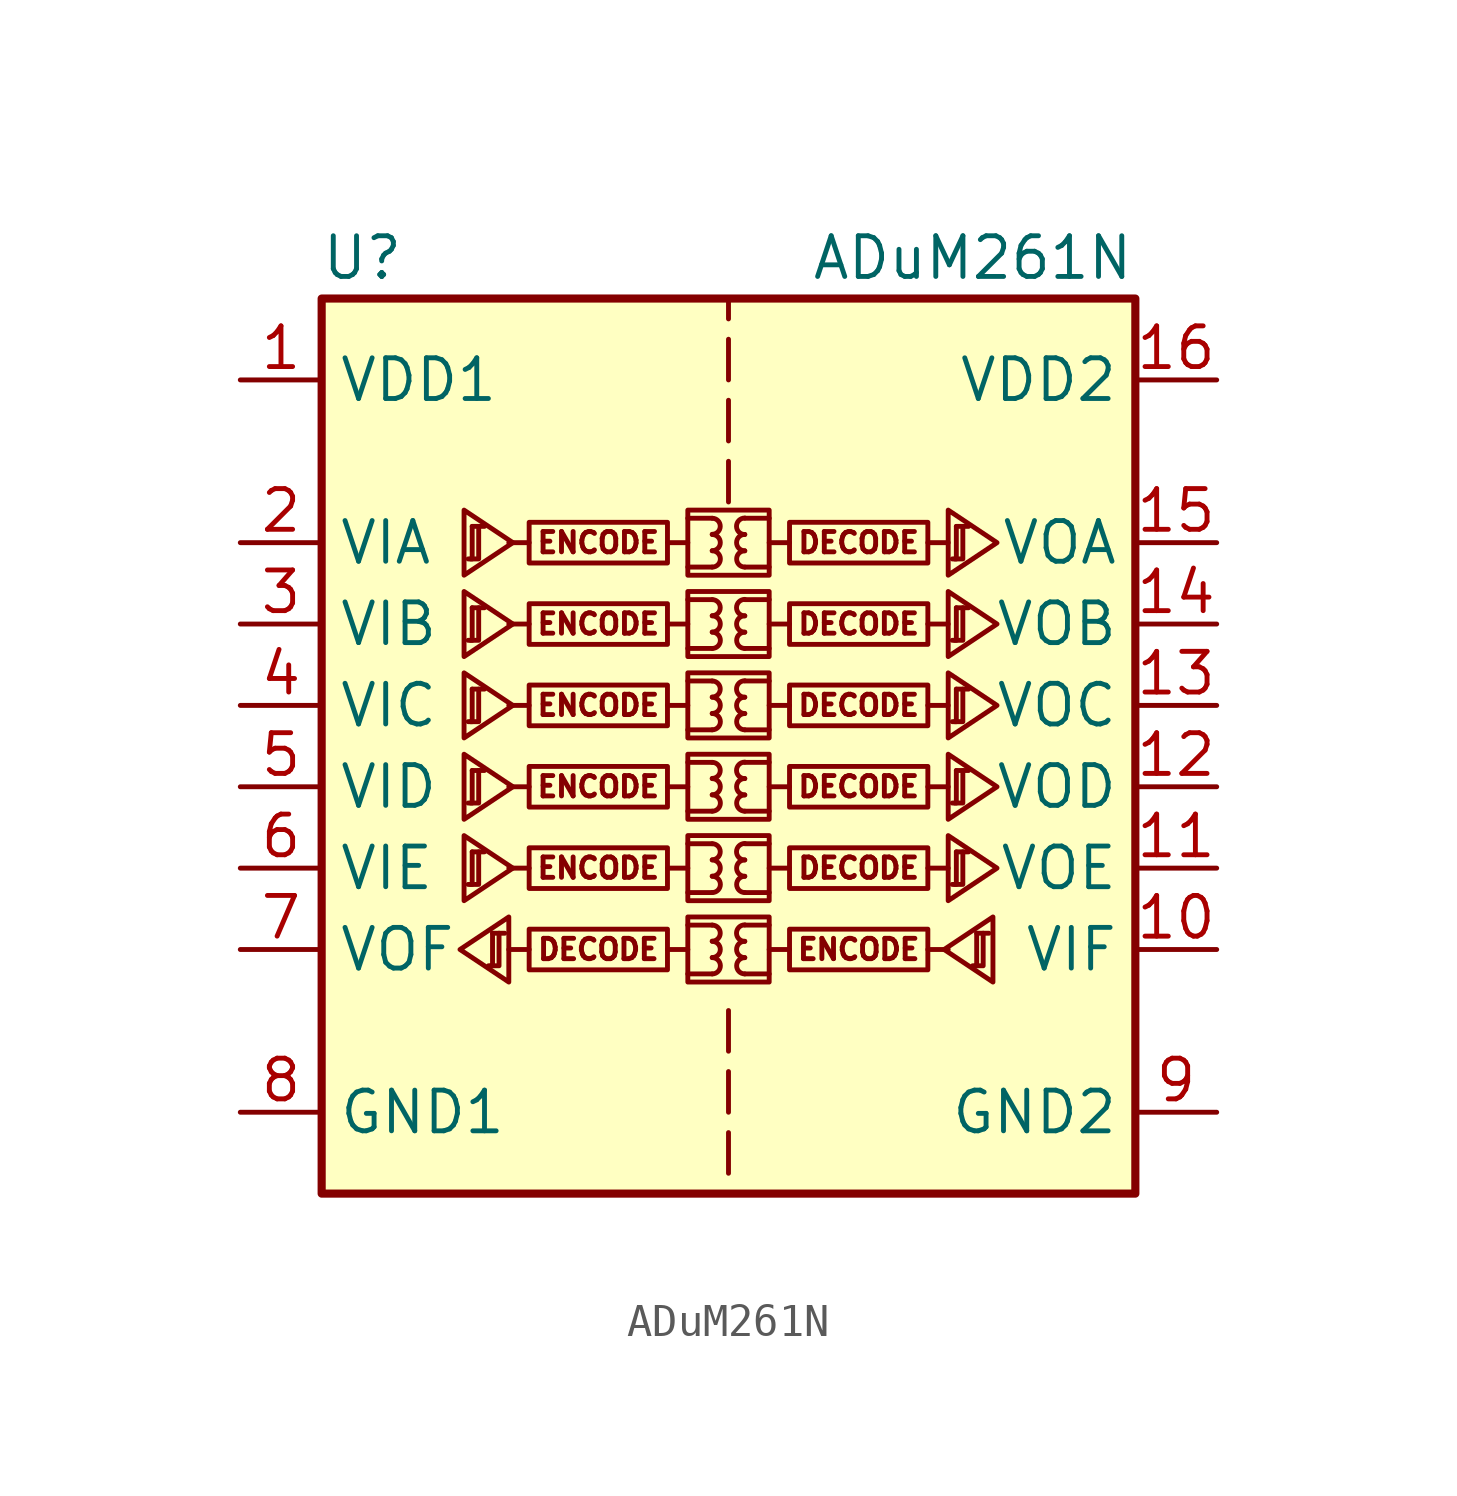
<source format=kicad_sym>
(kicad_symbol_lib
  (version 20201005)
  (generator kicad_symbol_editor)
  (symbol "ADuM261N"
    (property "Reference" "U"
      (at -11.43 16.51 0)
      (effects (font (size 1.27 1.27))))
    (property "Value" "ADuM261N"
      (at 7.62 16.51 0)
      (effects (font (size 1.27 1.27))))
    (symbol "ADuM261N_1_0"
      (arc (start -0.508 -5.842) (end -0.508 -5.334) (radius (at -0.508 -5.588) (length 0.254) (angles -89.9 89.9)) (stroke (width 0)) (fill (type none)))
      (arc (start -0.508 -5.334) (end -0.508 -4.826) (radius (at -0.508 -5.08) (length 0.254) (angles -89.9 89.9)) (stroke (width 0)) (fill (type none)))
      (arc (start -0.508 -4.826) (end -0.508 -4.318) (radius (at -0.508 -4.572) (length 0.254) (angles -89.9 89.9)) (stroke (width 0)) (fill (type none)))
      (arc (start -0.508 -3.302) (end -0.508 -2.794) (radius (at -0.508 -3.048) (length 0.254) (angles -89.9 89.9)) (stroke (width 0)) (fill (type none)))
      (arc (start -0.508 -2.794) (end -0.508 -2.286) (radius (at -0.508 -2.54) (length 0.254) (angles -89.9 89.9)) (stroke (width 0)) (fill (type none)))
      (arc (start -0.508 -2.286) (end -0.508 -1.778) (radius (at -0.508 -2.032) (length 0.254) (angles -89.9 89.9)) (stroke (width 0)) (fill (type none)))
      (arc (start -0.508 -0.762) (end -0.508 -0.254) (radius (at -0.508 -0.508) (length 0.254) (angles -89.9 89.9)) (stroke (width 0)) (fill (type none)))
      (arc (start -0.508 -0.254) (end -0.508 0.254) (radius (at -0.508 0) (length 0.254) (angles -89.9 89.9)) (stroke (width 0)) (fill (type none)))
      (arc (start -0.508 0.254) (end -0.508 0.762) (radius (at -0.508 0.508) (length 0.254) (angles -89.9 89.9)) (stroke (width 0)) (fill (type none)))
      (arc (start -0.508 1.778) (end -0.508 2.286) (radius (at -0.508 2.032) (length 0.254) (angles -89.9 89.9)) (stroke (width 0)) (fill (type none)))
      (arc (start -0.508 2.286) (end -0.508 2.794) (radius (at -0.508 2.54) (length 0.254) (angles -89.9 89.9)) (stroke (width 0)) (fill (type none)))
      (arc (start -0.508 2.794) (end -0.508 3.302) (radius (at -0.508 3.048) (length 0.254) (angles -89.9 89.9)) (stroke (width 0)) (fill (type none)))
      (arc (start -0.508 4.318) (end -0.508 4.826) (radius (at -0.508 4.572) (length 0.254) (angles -89.9 89.9)) (stroke (width 0)) (fill (type none)))
      (arc (start -0.508 4.826) (end -0.508 5.334) (radius (at -0.508 5.08) (length 0.254) (angles -89.9 89.9)) (stroke (width 0)) (fill (type none)))
      (arc (start -0.508 5.334) (end -0.508 5.842) (radius (at -0.508 5.588) (length 0.254) (angles -89.9 89.9)) (stroke (width 0)) (fill (type none)))
      (arc (start -0.508 6.858) (end -0.508 7.366) (radius (at -0.508 7.112) (length 0.254) (angles -89.9 89.9)) (stroke (width 0)) (fill (type none)))
      (arc (start -0.508 7.366) (end -0.508 7.874) (radius (at -0.508 7.62) (length 0.254) (angles -89.9 89.9)) (stroke (width 0)) (fill (type none)))
      (arc (start -0.508 7.874) (end -0.508 8.382) (radius (at -0.508 8.128) (length 0.254) (angles -89.9 89.9)) (stroke (width 0)) (fill (type none)))
      (arc (start 0.508 -5.334) (end 0.508 -5.842) (radius (at 0.508 -5.588) (length 0.254) (angles 90.1 -90.1)) (stroke (width 0)) (fill (type none)))
      (arc (start 0.508 -4.826) (end 0.508 -5.334) (radius (at 0.508 -5.08) (length 0.254) (angles 90.1 -90.1)) (stroke (width 0)) (fill (type none)))
      (arc (start 0.508 -4.318) (end 0.508 -4.826) (radius (at 0.508 -4.572) (length 0.254) (angles 90.1 -90.1)) (stroke (width 0)) (fill (type none)))
      (arc (start 0.508 -2.794) (end 0.508 -3.302) (radius (at 0.508 -3.048) (length 0.254) (angles 90.1 -90.1)) (stroke (width 0)) (fill (type none)))
      (arc (start 0.508 -2.286) (end 0.508 -2.794) (radius (at 0.508 -2.54) (length 0.254) (angles 90.1 -90.1)) (stroke (width 0)) (fill (type none)))
      (arc (start 0.508 -1.778) (end 0.508 -2.286) (radius (at 0.508 -2.032) (length 0.254) (angles 90.1 -90.1)) (stroke (width 0)) (fill (type none)))
      (arc (start 0.508 -0.254) (end 0.508 -0.762) (radius (at 0.508 -0.508) (length 0.254) (angles 90.1 -90.1)) (stroke (width 0)) (fill (type none)))
      (arc (start 0.508 0.254) (end 0.508 -0.254) (radius (at 0.508 0) (length 0.254) (angles 90.1 -90.1)) (stroke (width 0)) (fill (type none)))
      (arc (start 0.508 0.762) (end 0.508 0.254) (radius (at 0.508 0.508) (length 0.254) (angles 90.1 -90.1)) (stroke (width 0)) (fill (type none)))
      (arc (start 0.508 2.286) (end 0.508 1.778) (radius (at 0.508 2.032) (length 0.254) (angles 90.1 -90.1)) (stroke (width 0)) (fill (type none)))
      (arc (start 0.508 2.794) (end 0.508 2.286) (radius (at 0.508 2.54) (length 0.254) (angles 90.1 -90.1)) (stroke (width 0)) (fill (type none)))
      (arc (start 0.508 3.302) (end 0.508 2.794) (radius (at 0.508 3.048) (length 0.254) (angles 90.1 -90.1)) (stroke (width 0)) (fill (type none)))
      (arc (start 0.508 4.826) (end 0.508 4.318) (radius (at 0.508 4.572) (length 0.254) (angles 90.1 -90.1)) (stroke (width 0)) (fill (type none)))
      (arc (start 0.508 5.334) (end 0.508 4.826) (radius (at 0.508 5.08) (length 0.254) (angles 90.1 -90.1)) (stroke (width 0)) (fill (type none)))
      (arc (start 0.508 5.842) (end 0.508 5.334) (radius (at 0.508 5.588) (length 0.254) (angles 90.1 -90.1)) (stroke (width 0)) (fill (type none)))
      (arc (start 0.508 7.366) (end 0.508 6.858) (radius (at 0.508 7.112) (length 0.254) (angles 90.1 -90.1)) (stroke (width 0)) (fill (type none)))
      (arc (start 0.508 7.874) (end 0.508 7.366) (radius (at 0.508 7.62) (length 0.254) (angles 90.1 -90.1)) (stroke (width 0)) (fill (type none)))
      (arc (start 0.508 8.382) (end 0.508 7.874) (radius (at 0.508 8.128) (length 0.254) (angles 90.1 -90.1)) (stroke (width 0)) (fill (type none)))
      (text "DECODE" (at -4.064 -5.08 0) (effects (font (size 0.635 0.635))))
      (text "DECODE" (at 4.064 -2.54 0) (effects (font (size 0.635 0.635))))
      (text "DECODE" (at 4.064 0 0) (effects (font (size 0.635 0.635))))
      (text "DECODE" (at 4.064 2.54 0) (effects (font (size 0.635 0.635))))
      (text "DECODE" (at 4.064 5.08 0) (effects (font (size 0.635 0.635))))
      (text "DECODE" (at 4.064 7.62 0) (effects (font (size 0.635 0.635))))
      (text "ENCODE" (at -4.064 -2.54 0) (effects (font (size 0.635 0.635))))
      (text "ENCODE" (at -4.064 0 0) (effects (font (size 0.635 0.635))))
      (text "ENCODE" (at -4.064 2.54 0) (effects (font (size 0.635 0.635))))
      (text "ENCODE" (at -4.064 5.08 0) (effects (font (size 0.635 0.635))))
      (text "ENCODE" (at -4.064 7.62 0) (effects (font (size 0.635 0.635))))
      (text "ENCODE" (at 4.064 -5.08 0) (effects (font (size 0.635 0.635))))
      (rectangle (start -1.27 -4.064) (end 1.27 -6.096) (stroke (width 0)) (fill (type none)))
      (rectangle (start -1.27 -1.524) (end 1.27 -3.556) (stroke (width 0)) (fill (type none)))
      (rectangle (start -1.27 1.016) (end 1.27 -1.016) (stroke (width 0)) (fill (type none)))
      (rectangle (start -1.27 3.556) (end 1.27 1.524) (stroke (width 0)) (fill (type none)))
      (rectangle (start -1.27 6.096) (end 1.27 4.064) (stroke (width 0)) (fill (type none)))
      (rectangle (start -1.27 8.636) (end 1.27 6.604) (stroke (width 0)) (fill (type none)))
      (rectangle (start 1.905 -4.445) (end 6.223 -5.715) (stroke (width 0)) (fill (type none)))
      (rectangle (start 1.905 -1.905) (end 6.223 -3.175) (stroke (width 0)) (fill (type none)))
      (rectangle (start 1.905 0.635) (end 6.223 -0.635) (stroke (width 0)) (fill (type none)))
      (rectangle (start 1.905 3.175) (end 6.223 1.905) (stroke (width 0)) (fill (type none)))
      (rectangle (start 1.905 5.715) (end 6.223 4.445) (stroke (width 0)) (fill (type none)))
      (rectangle (start 1.905 8.255) (end 6.223 6.985) (stroke (width 0)) (fill (type none)))
      (polyline (pts (xy -6.223 -5.08) (xy -6.858 -5.08)) (stroke (width 0)) (fill (type none)))
      (polyline (pts (xy -6.223 -2.54) (xy -6.858 -2.54)) (stroke (width 0)) (fill (type none)))
      (polyline (pts (xy -6.223 0) (xy -6.858 0)) (stroke (width 0)) (fill (type none)))
      (polyline (pts (xy -6.223 2.54) (xy -6.858 2.54)) (stroke (width 0)) (fill (type none)))
      (polyline (pts (xy -6.223 5.08) (xy -6.858 5.08)) (stroke (width 0)) (fill (type none)))
      (polyline (pts (xy -6.223 7.62) (xy -6.858 7.62)) (stroke (width 0)) (fill (type none)))
      (polyline (pts (xy -1.905 -5.08) (xy -1.27 -5.08)) (stroke (width 0)) (fill (type none)))
      (polyline (pts (xy -1.905 -2.54) (xy -1.27 -2.54)) (stroke (width 0)) (fill (type none)))
      (polyline (pts (xy -1.905 0) (xy -1.27 0)) (stroke (width 0)) (fill (type none)))
      (polyline (pts (xy -1.905 2.54) (xy -1.27 2.54)) (stroke (width 0)) (fill (type none)))
      (polyline (pts (xy -1.905 5.08) (xy -1.27 5.08)) (stroke (width 0)) (fill (type none)))
      (polyline (pts (xy -1.905 7.62) (xy -1.27 7.62)) (stroke (width 0)) (fill (type none)))
      (polyline (pts (xy -1.27 -5.842) (xy -0.508 -5.842)) (stroke (width 0)) (fill (type none)))
      (polyline (pts (xy -1.27 -4.318) (xy -0.508 -4.318)) (stroke (width 0)) (fill (type none)))
      (polyline (pts (xy -1.27 -3.302) (xy -0.508 -3.302)) (stroke (width 0)) (fill (type none)))
      (polyline (pts (xy -1.27 -1.778) (xy -0.508 -1.778)) (stroke (width 0)) (fill (type none)))
      (polyline (pts (xy -1.27 -0.762) (xy -0.508 -0.762)) (stroke (width 0)) (fill (type none)))
      (polyline (pts (xy -1.27 0.762) (xy -0.508 0.762)) (stroke (width 0)) (fill (type none)))
      (polyline (pts (xy -1.27 1.778) (xy -0.508 1.778)) (stroke (width 0)) (fill (type none)))
      (polyline (pts (xy -1.27 3.302) (xy -0.508 3.302)) (stroke (width 0)) (fill (type none)))
      (polyline (pts (xy -1.27 4.318) (xy -0.508 4.318)) (stroke (width 0)) (fill (type none)))
      (polyline (pts (xy -1.27 5.842) (xy -0.508 5.842)) (stroke (width 0)) (fill (type none)))
      (polyline (pts (xy -1.27 6.858) (xy -0.508 6.858)) (stroke (width 0)) (fill (type none)))
      (polyline (pts (xy -1.27 8.382) (xy -0.508 8.382)) (stroke (width 0)) (fill (type none)))
      (polyline (pts (xy 0 -10.795) (xy 0 -12.065)) (stroke (width 0)) (fill (type none)))
      (polyline (pts (xy 0 -8.89) (xy 0 -10.16)) (stroke (width 0)) (fill (type none)))
      (polyline (pts (xy 0 -6.985) (xy 0 -8.255)) (stroke (width 0)) (fill (type none)))
      (polyline (pts (xy 0 8.89) (xy 0 10.16)) (stroke (width 0)) (fill (type none)))
      (polyline (pts (xy 0 12.065) (xy 0 10.795)) (stroke (width 0)) (fill (type none)))
      (polyline (pts (xy 0 13.97) (xy 0 12.7)) (stroke (width 0)) (fill (type none)))
      (polyline (pts (xy 0 14.605) (xy 0 15.24)) (stroke (width 0)) (fill (type none)))
      (polyline (pts (xy 1.27 -5.842) (xy 0.508 -5.842)) (stroke (width 0)) (fill (type none)))
      (polyline (pts (xy 1.27 -4.318) (xy 0.508 -4.318)) (stroke (width 0)) (fill (type none)))
      (polyline (pts (xy 1.27 -3.302) (xy 0.508 -3.302)) (stroke (width 0)) (fill (type none)))
      (polyline (pts (xy 1.27 -1.778) (xy 0.508 -1.778)) (stroke (width 0)) (fill (type none)))
      (polyline (pts (xy 1.27 -0.762) (xy 0.508 -0.762)) (stroke (width 0)) (fill (type none)))
      (polyline (pts (xy 1.27 0.762) (xy 0.508 0.762)) (stroke (width 0)) (fill (type none)))
      (polyline (pts (xy 1.27 1.778) (xy 0.508 1.778)) (stroke (width 0)) (fill (type none)))
      (polyline (pts (xy 1.27 3.302) (xy 0.508 3.302)) (stroke (width 0)) (fill (type none)))
      (polyline (pts (xy 1.27 4.318) (xy 0.508 4.318)) (stroke (width 0)) (fill (type none)))
      (polyline (pts (xy 1.27 5.842) (xy 0.508 5.842)) (stroke (width 0)) (fill (type none)))
      (polyline (pts (xy 1.27 6.858) (xy 0.508 6.858)) (stroke (width 0)) (fill (type none)))
      (polyline (pts (xy 1.27 8.382) (xy 0.508 8.382)) (stroke (width 0)) (fill (type none)))
      (polyline (pts (xy 1.905 -5.08) (xy 1.27 -5.08)) (stroke (width 0)) (fill (type none)))
      (polyline (pts (xy 1.905 -2.54) (xy 1.27 -2.54)) (stroke (width 0)) (fill (type none)))
      (polyline (pts (xy 1.905 0) (xy 1.27 0)) (stroke (width 0)) (fill (type none)))
      (polyline (pts (xy 1.905 2.54) (xy 1.27 2.54)) (stroke (width 0)) (fill (type none)))
      (polyline (pts (xy 1.905 5.08) (xy 1.27 5.08)) (stroke (width 0)) (fill (type none)))
      (polyline (pts (xy 1.905 7.62) (xy 1.27 7.62)) (stroke (width 0)) (fill (type none)))
      (polyline (pts (xy 6.223 -5.08) (xy 6.858 -5.08)) (stroke (width 0)) (fill (type none)))
      (polyline (pts (xy 6.223 -2.54) (xy 6.858 -2.54)) (stroke (width 0)) (fill (type none)))
      (polyline (pts (xy 6.223 0) (xy 6.858 0)) (stroke (width 0)) (fill (type none)))
      (polyline (pts (xy 6.223 2.54) (xy 6.858 2.54)) (stroke (width 0)) (fill (type none)))
      (polyline (pts (xy 6.223 5.08) (xy 6.858 5.08)) (stroke (width 0)) (fill (type none)))
      (polyline (pts (xy 6.223 7.62) (xy 6.858 7.62)) (stroke (width 0)) (fill (type none))))
    (symbol "ADuM261N_1_1"
      (rectangle (start -1.905 -4.445) (end -6.223 -5.715) (stroke (width 0)) (fill (type none)))
      (rectangle (start -1.905 -1.905) (end -6.223 -3.175) (stroke (width 0)) (fill (type none)))
      (rectangle (start -1.905 0.635) (end -6.223 -0.635) (stroke (width 0)) (fill (type none)))
      (rectangle (start -1.905 3.175) (end -6.223 1.905) (stroke (width 0)) (fill (type none)))
      (rectangle (start -1.905 5.715) (end -6.223 4.445) (stroke (width 0)) (fill (type none)))
      (rectangle (start -1.905 8.255) (end -6.223 6.985) (stroke (width 0)) (fill (type none)))
      (rectangle (start -12.7 15.24) (end 12.7 -12.7) (stroke (width 0.254)) (fill (type background)))
      (polyline (pts (xy -8.001 -2.032) (xy -7.62 -2.032)) (stroke (width 0)) (fill (type none)))
      (polyline (pts (xy -8.001 0.508) (xy -7.62 0.508)) (stroke (width 0)) (fill (type none)))
      (polyline (pts (xy -8.001 3.048) (xy -7.62 3.048)) (stroke (width 0)) (fill (type none)))
      (polyline (pts (xy -8.001 5.588) (xy -7.62 5.588)) (stroke (width 0)) (fill (type none)))
      (polyline (pts (xy -8.001 8.128) (xy -7.62 8.128)) (stroke (width 0)) (fill (type none)))
      (polyline (pts (xy -7.366 -4.572) (xy -6.985 -4.572)) (stroke (width 0)) (fill (type none)))
      (polyline (pts (xy 7.112 -2.032) (xy 7.493 -2.032)) (stroke (width 0)) (fill (type none)))
      (polyline (pts (xy 7.112 0.508) (xy 7.493 0.508)) (stroke (width 0)) (fill (type none)))
      (polyline (pts (xy 7.112 3.048) (xy 7.493 3.048)) (stroke (width 0)) (fill (type none)))
      (polyline (pts (xy 7.112 5.588) (xy 7.493 5.588)) (stroke (width 0)) (fill (type none)))
      (polyline (pts (xy 7.112 8.128) (xy 7.493 8.128)) (stroke (width 0)) (fill (type none)))
      (polyline (pts (xy 7.747 -4.572) (xy 8.128 -4.572)) (stroke (width 0)) (fill (type none)))
      (polyline (pts (xy -8.052 -3.048) (xy -7.798 -3.048) (xy -7.798 -2.032)) (stroke (width 0)) (fill (type none)))
      (polyline (pts (xy -8.052 -0.508) (xy -7.798 -0.508) (xy -7.798 0.508)) (stroke (width 0)) (fill (type none)))
      (polyline (pts (xy -8.052 2.032) (xy -7.798 2.032) (xy -7.798 3.048)) (stroke (width 0)) (fill (type none)))
      (polyline (pts (xy -8.052 4.572) (xy -7.798 4.572) (xy -7.798 5.588)) (stroke (width 0)) (fill (type none)))
      (polyline (pts (xy -8.052 7.112) (xy -7.798 7.112) (xy -7.798 8.128)) (stroke (width 0)) (fill (type none)))
      (polyline (pts (xy -8.001 -2.032) (xy -8.001 -3.048) (xy -8.128 -3.048)) (stroke (width 0)) (fill (type none)))
      (polyline (pts (xy -8.001 0.508) (xy -8.001 -0.508) (xy -8.128 -0.508)) (stroke (width 0)) (fill (type none)))
      (polyline (pts (xy -8.001 3.048) (xy -8.001 2.032) (xy -8.128 2.032)) (stroke (width 0)) (fill (type none)))
      (polyline (pts (xy -8.001 5.588) (xy -8.001 4.572) (xy -8.128 4.572)) (stroke (width 0)) (fill (type none)))
      (polyline (pts (xy -8.001 8.128) (xy -8.001 7.112) (xy -8.128 7.112)) (stroke (width 0)) (fill (type none)))
      (polyline (pts (xy -7.417 -5.588) (xy -7.163 -5.588) (xy -7.163 -4.572)) (stroke (width 0)) (fill (type none)))
      (polyline (pts (xy -7.366 -4.572) (xy -7.366 -5.588) (xy -7.493 -5.588)) (stroke (width 0)) (fill (type none)))
      (polyline (pts (xy 7.061 -3.048) (xy 7.315 -3.048) (xy 7.315 -2.032)) (stroke (width 0)) (fill (type none)))
      (polyline (pts (xy 7.061 -0.508) (xy 7.315 -0.508) (xy 7.315 0.508)) (stroke (width 0)) (fill (type none)))
      (polyline (pts (xy 7.061 2.032) (xy 7.315 2.032) (xy 7.315 3.048)) (stroke (width 0)) (fill (type none)))
      (polyline (pts (xy 7.061 4.572) (xy 7.315 4.572) (xy 7.315 5.588)) (stroke (width 0)) (fill (type none)))
      (polyline (pts (xy 7.061 7.112) (xy 7.315 7.112) (xy 7.315 8.128)) (stroke (width 0)) (fill (type none)))
      (polyline (pts (xy 7.112 -2.032) (xy 7.112 -3.048) (xy 6.985 -3.048)) (stroke (width 0)) (fill (type none)))
      (polyline (pts (xy 7.112 0.508) (xy 7.112 -0.508) (xy 6.985 -0.508)) (stroke (width 0)) (fill (type none)))
      (polyline (pts (xy 7.112 3.048) (xy 7.112 2.032) (xy 6.985 2.032)) (stroke (width 0)) (fill (type none)))
      (polyline (pts (xy 7.112 5.588) (xy 7.112 4.572) (xy 6.985 4.572)) (stroke (width 0)) (fill (type none)))
      (polyline (pts (xy 7.112 8.128) (xy 7.112 7.112) (xy 6.985 7.112)) (stroke (width 0)) (fill (type none)))
      (polyline (pts (xy 7.696 -5.588) (xy 7.95 -5.588) (xy 7.95 -4.572)) (stroke (width 0)) (fill (type none)))
      (polyline (pts (xy 7.747 -4.572) (xy 7.747 -5.588) (xy 7.62 -5.588)) (stroke (width 0)) (fill (type none)))
      (polyline (pts (xy -8.382 -5.08) (xy -6.858 -4.064) (xy -6.858 -6.096) (xy -8.382 -5.08)) (stroke (width 0)) (fill (type none)))
      (polyline (pts (xy -6.731 -2.54) (xy -8.255 -1.524) (xy -8.255 -3.556) (xy -6.731 -2.54)) (stroke (width 0)) (fill (type none)))
      (polyline (pts (xy -6.731 0) (xy -8.255 1.016) (xy -8.255 -1.016) (xy -6.731 0)) (stroke (width 0)) (fill (type none)))
      (polyline (pts (xy -6.731 2.54) (xy -8.255 3.556) (xy -8.255 1.524) (xy -6.731 2.54)) (stroke (width 0)) (fill (type none)))
      (polyline (pts (xy -6.731 5.08) (xy -8.255 6.096) (xy -8.255 4.064) (xy -6.731 5.08)) (stroke (width 0)) (fill (type none)))
      (polyline (pts (xy -6.731 7.62) (xy -8.255 8.636) (xy -8.255 6.604) (xy -6.731 7.62)) (stroke (width 0)) (fill (type none)))
      (polyline (pts (xy 6.731 -5.08) (xy 8.255 -4.064) (xy 8.255 -6.096) (xy 6.731 -5.08)) (stroke (width 0)) (fill (type none)))
      (polyline (pts (xy 8.382 -2.54) (xy 6.858 -1.524) (xy 6.858 -3.556) (xy 8.382 -2.54)) (stroke (width 0)) (fill (type none)))
      (polyline (pts (xy 8.382 0) (xy 6.858 1.016) (xy 6.858 -1.016) (xy 8.382 0)) (stroke (width 0)) (fill (type none)))
      (polyline (pts (xy 8.382 2.54) (xy 6.858 3.556) (xy 6.858 1.524) (xy 8.382 2.54)) (stroke (width 0)) (fill (type none)))
      (polyline (pts (xy 8.382 5.08) (xy 6.858 6.096) (xy 6.858 4.064) (xy 8.382 5.08)) (stroke (width 0)) (fill (type none)))
      (polyline (pts (xy 8.382 7.62) (xy 6.858 8.636) (xy 6.858 6.604) (xy 8.382 7.62)) (stroke (width 0)) (fill (type none)))
      (pin power_in line (at -15.24 12.7 0) (length 2.54) (name "VDD1" (effects (font (size 1.27 1.27)))) (number "1" (effects (font (size 1.27 1.27)))))
      (pin input line (at 15.24 -5.08 180) (length 2.54) (name "VIF" (effects (font (size 1.27 1.27)))) (number "10" (effects (font (size 1.27 1.27)))))
      (pin output line (at 15.24 -2.54 180) (length 2.54) (name "VOE" (effects (font (size 1.27 1.27)))) (number "11" (effects (font (size 1.27 1.27)))))
      (pin output line (at 15.24 0 180) (length 2.54) (name "VOD" (effects (font (size 1.27 1.27)))) (number "12" (effects (font (size 1.27 1.27)))))
      (pin output line (at 15.24 2.54 180) (length 2.54) (name "VOC" (effects (font (size 1.27 1.27)))) (number "13" (effects (font (size 1.27 1.27)))))
      (pin output line (at 15.24 5.08 180) (length 2.54) (name "VOB" (effects (font (size 1.27 1.27)))) (number "14" (effects (font (size 1.27 1.27)))))
      (pin output line (at 15.24 7.62 180) (length 2.54) (name "VOA" (effects (font (size 1.27 1.27)))) (number "15" (effects (font (size 1.27 1.27)))))
      (pin power_in line (at 15.24 12.7 180) (length 2.54) (name "VDD2" (effects (font (size 1.27 1.27)))) (number "16" (effects (font (size 1.27 1.27)))))
      (pin input line (at -15.24 7.62 0) (length 2.54) (name "VIA" (effects (font (size 1.27 1.27)))) (number "2" (effects (font (size 1.27 1.27)))))
      (pin input line (at -15.24 5.08 0) (length 2.54) (name "VIB" (effects (font (size 1.27 1.27)))) (number "3" (effects (font (size 1.27 1.27)))))
      (pin input line (at -15.24 2.54 0) (length 2.54) (name "VIC" (effects (font (size 1.27 1.27)))) (number "4" (effects (font (size 1.27 1.27)))))
      (pin input line (at -15.24 0 0) (length 2.54) (name "VID" (effects (font (size 1.27 1.27)))) (number "5" (effects (font (size 1.27 1.27)))))
      (pin input line (at -15.24 -2.54 0) (length 2.54) (name "VIE" (effects (font (size 1.27 1.27)))) (number "6" (effects (font (size 1.27 1.27)))))
      (pin output line (at -15.24 -5.08 0) (length 2.54) (name "VOF" (effects (font (size 1.27 1.27)))) (number "7" (effects (font (size 1.27 1.27)))))
      (pin power_in line (at -15.24 -10.16 0) (length 2.54) (name "GND1" (effects (font (size 1.27 1.27)))) (number "8" (effects (font (size 1.27 1.27)))))
      (pin power_in line (at 15.24 -10.16 180) (length 2.54) (name "GND2" (effects (font (size 1.27 1.27)))) (number "9" (effects (font (size 1.27 1.27))))))))
</source>
